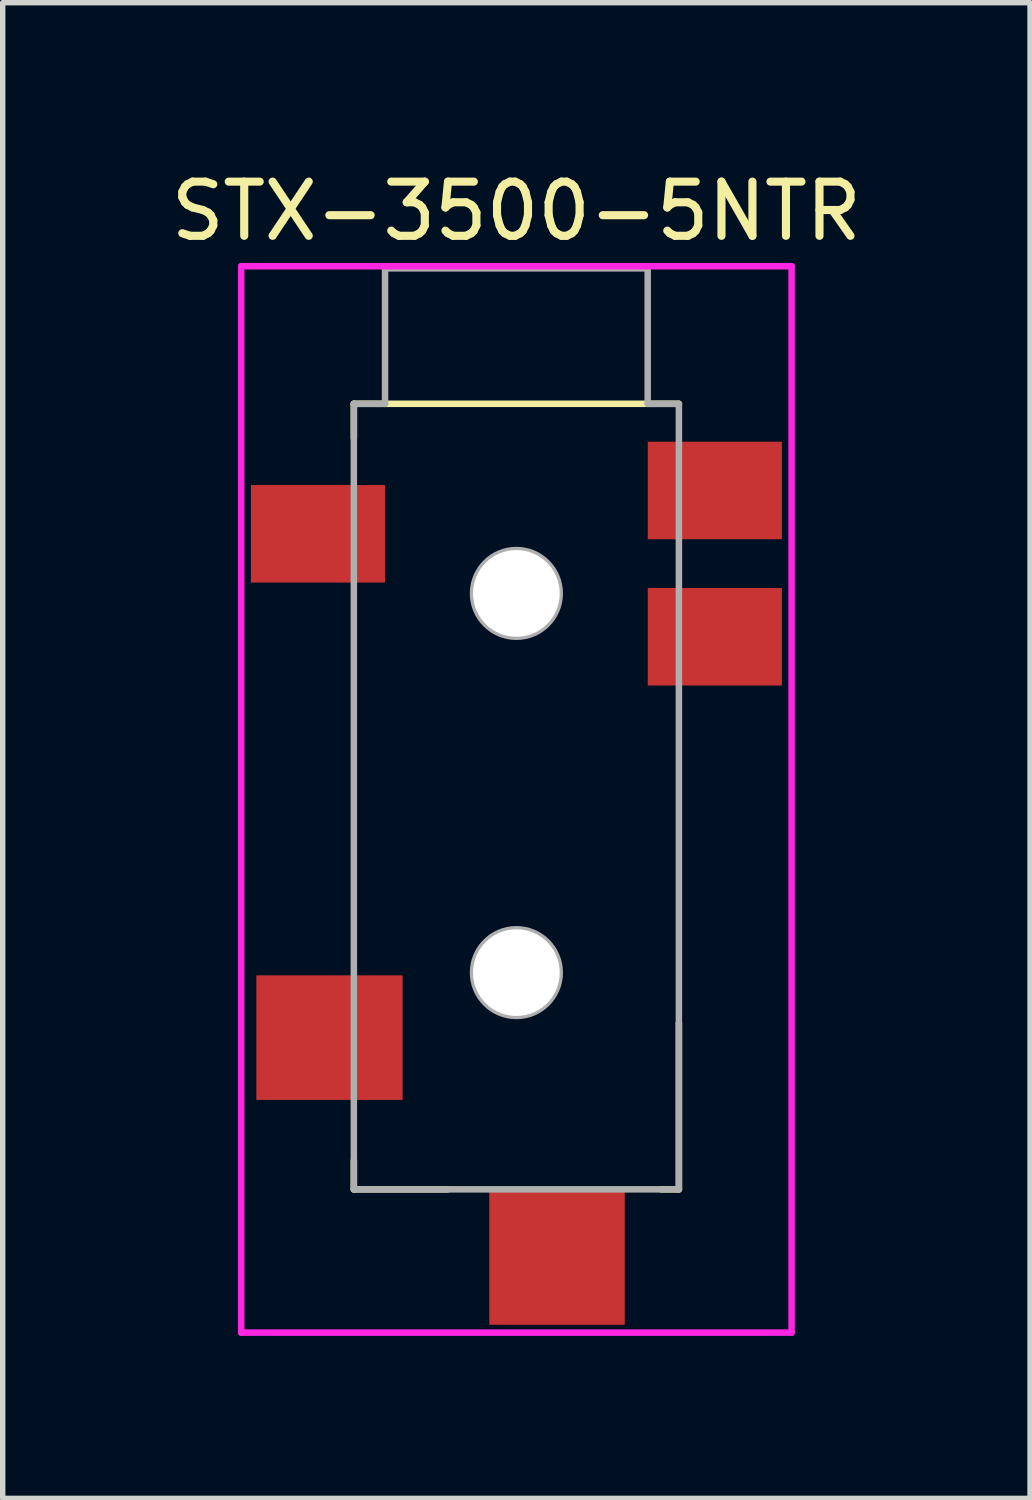
<source format=kicad_pcb>
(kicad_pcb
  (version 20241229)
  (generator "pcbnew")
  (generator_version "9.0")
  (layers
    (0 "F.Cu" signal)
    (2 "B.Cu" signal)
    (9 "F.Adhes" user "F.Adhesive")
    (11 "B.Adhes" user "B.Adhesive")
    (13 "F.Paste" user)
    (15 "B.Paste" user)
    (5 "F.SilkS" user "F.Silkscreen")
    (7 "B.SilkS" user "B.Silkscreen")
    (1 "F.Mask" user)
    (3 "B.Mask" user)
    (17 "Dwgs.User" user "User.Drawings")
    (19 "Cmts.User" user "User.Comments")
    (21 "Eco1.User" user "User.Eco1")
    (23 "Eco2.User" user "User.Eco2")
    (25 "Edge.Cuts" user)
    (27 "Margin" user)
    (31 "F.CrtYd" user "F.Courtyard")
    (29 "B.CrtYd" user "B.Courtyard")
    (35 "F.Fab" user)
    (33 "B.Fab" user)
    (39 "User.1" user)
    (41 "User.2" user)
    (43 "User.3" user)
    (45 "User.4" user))
  (footprint "STX-3500-5NTR"
    (layer "F.Cu")
    (at 6.482 4.404)
    (property "Reference" "STX-3500-5NTR" (at 0 -3.556 0) (layer "F.SilkS") (effects (font (size 1 1) (thickness 0.15))))
    (attr through_hole)
    (fp_line (start -3 0) (end 3 0) (stroke (width 0.12) (type solid)) (layer "F.SilkS"))
    (fp_line (start -3 0.635) (end -3 0) (stroke (width 0.12) (type solid)) (layer "F.SilkS"))
    (fp_line (start -3 13.97) (end -3 14.5) (stroke (width 0.12) (type solid)) (layer "F.SilkS"))
    (fp_line (start -3 14.5) (end -1.27 14.5) (stroke (width 0.12) (type solid)) (layer "F.SilkS"))
    (fp_line (start 2.667 14.5) (end 3 14.5) (stroke (width 0.12) (type solid)) (layer "F.SilkS"))
    (fp_line (start 3 14.5) (end 3 11.43) (stroke (width 0.12) (type solid)) (layer "F.SilkS"))
    (fp_line (start -5.08 -2.54) (end -5.08 17.145) (stroke (width 0.12) (type solid)) (layer "F.CrtYd"))
    (fp_line (start -5.08 17.145) (end 5.08 17.145) (stroke (width 0.12) (type solid)) (layer "F.CrtYd"))
    (fp_line (start 5.08 -2.54) (end -5.08 -2.54) (stroke (width 0.12) (type solid)) (layer "F.CrtYd"))
    (fp_line (start 5.08 17.145) (end 5.08 -2.54) (stroke (width 0.12) (type solid)) (layer "F.CrtYd"))
    (fp_line (start -3 0) (end -3 14.5) (stroke (width 0.12) (type solid)) (layer "F.Fab"))
    (fp_line (start -3 0) (end -2.424 0) (stroke (width 0.12) (type solid)) (layer "F.Fab"))
    (fp_line (start -3 14.5) (end 3 14.5) (stroke (width 0.12) (type solid)) (layer "F.Fab"))
    (fp_line (start -2.424 -2.5) (end -2.424 0) (stroke (width 0.12) (type solid)) (layer "F.Fab"))
    (fp_line (start -2.424 -2.5) (end 2.424 -2.5) (stroke (width 0.12) (type solid)) (layer "F.Fab"))
    (fp_line (start 2.424 0) (end 2.424 -2.5) (stroke (width 0.12) (type solid)) (layer "F.Fab"))
    (fp_line (start 2.424 0) (end 3 0) (stroke (width 0.12) (type solid)) (layer "F.Fab"))
    (fp_line (start 3 14.5) (end 3 0) (stroke (width 0.12) (type solid)) (layer "F.Fab"))
    (fp_circle (center 0 3.5) (end 0.8 3.5) (stroke (width 0.12) (type solid)) (fill no) (layer "F.Fab"))
    (fp_circle (center 0 10.5) (end 0.8 10.5) (stroke (width 0.12) (type solid)) (fill no) (layer "F.Fab"))
    (pad "" np_thru_hole circle (at 0 3.5) (size 1.6 1.6) (drill 1.6) (layers "*.Cu" "*.Mask"))
    (pad "" np_thru_hole circle (at 0 10.5) (size 1.6 1.6) (drill 1.6) (layers "*.Cu" "*.Mask"))
    (pad "1" smd rect (at -3.663 2.4) (size 2.475 1.8) (layers "F.Cu" "F.Mask" "F.Paste"))
    (pad "2" smd rect (at -3.45 11.7) (size 2.7 2.3) (layers "F.Cu" "F.Mask" "F.Paste"))
    (pad "3" smd rect (at 3.663 4.3) (size 2.475 1.8) (layers "F.Cu" "F.Mask" "F.Paste"))
    (pad "4" smd rect (at 0.75 15.75) (size 2.5 2.5) (layers "F.Cu" "F.Mask" "F.Paste"))
    (pad "5" smd rect (at 3.663 1.6) (size 2.475 1.8) (layers "F.Cu" "F.Mask" "F.Paste")))
  (gr_rect
    (start -3 -3)
    (end 15.964 24.609)
    (stroke (width 0.1) (type default))
    (fill no)
    (layer "Edge.Cuts")))
</source>
